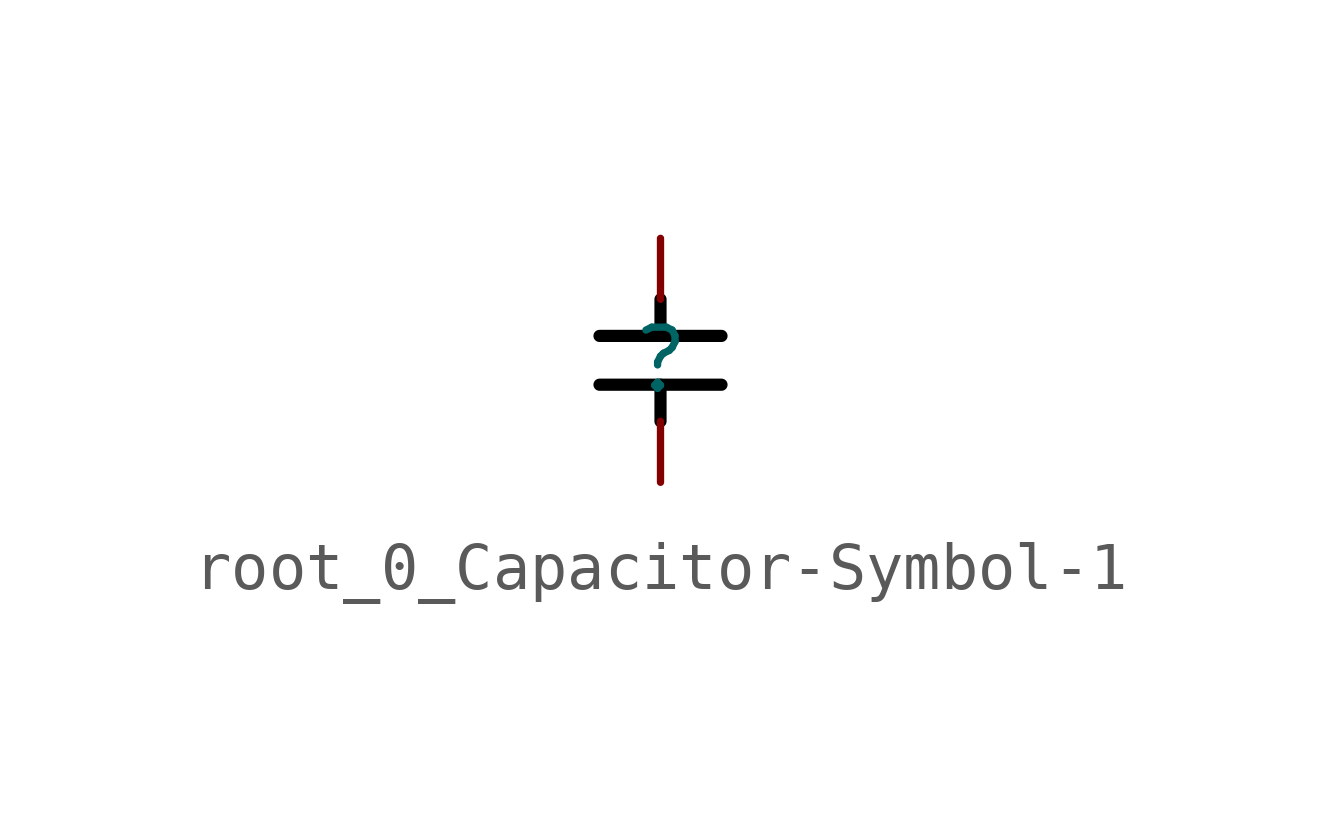
<source format=kicad_sym>
(kicad_symbol_lib
  (version 20220914)
  (generator kicad_symbol_editor)
  (symbol "root_0_Capacitor-Symbol-1"
    (property "Reference" ""
      (at 0 0 0)
      (effects (font (size 1.27 1.27))))
    (property "Value" ""
      (at 0 0 0)
      (effects (font (size 1.27 1.27))))
    (symbol "root_0_Capacitor-Symbol-1_1_0"
      (polyline (pts (xy -1.27 -0.508) (xy 1.27 -0.508)) (stroke (width 0.254) (type solid) (color 0 0 0 1)) (fill (type none)))
      (polyline (pts (xy -1.27 0.508) (xy 1.27 0.508)) (stroke (width 0.254) (type solid) (color 0 0 0 1)) (fill (type none)))
      (polyline (pts (xy 0 -0.508) (xy 0 -1.27)) (stroke (width 0.254) (type solid) (color 0 0 0 1)) (fill (type none)))
      (polyline (pts (xy 0 1.27) (xy 0 0.508)) (stroke (width 0.254) (type solid) (color 0 0 0 1)) (fill (type none)))
      (pin passive line (at 0 2.54 270) (length 1.27) (name "1" (effects (font (size 0 0)))) (number "1" (effects (font (size 0 0)))))
      (pin power_in line (at 0 -2.54 90) (length 1.27) (name "2" (effects (font (size 0 0)))) (number "2" (effects (font (size 0 0))))))))
</source>
